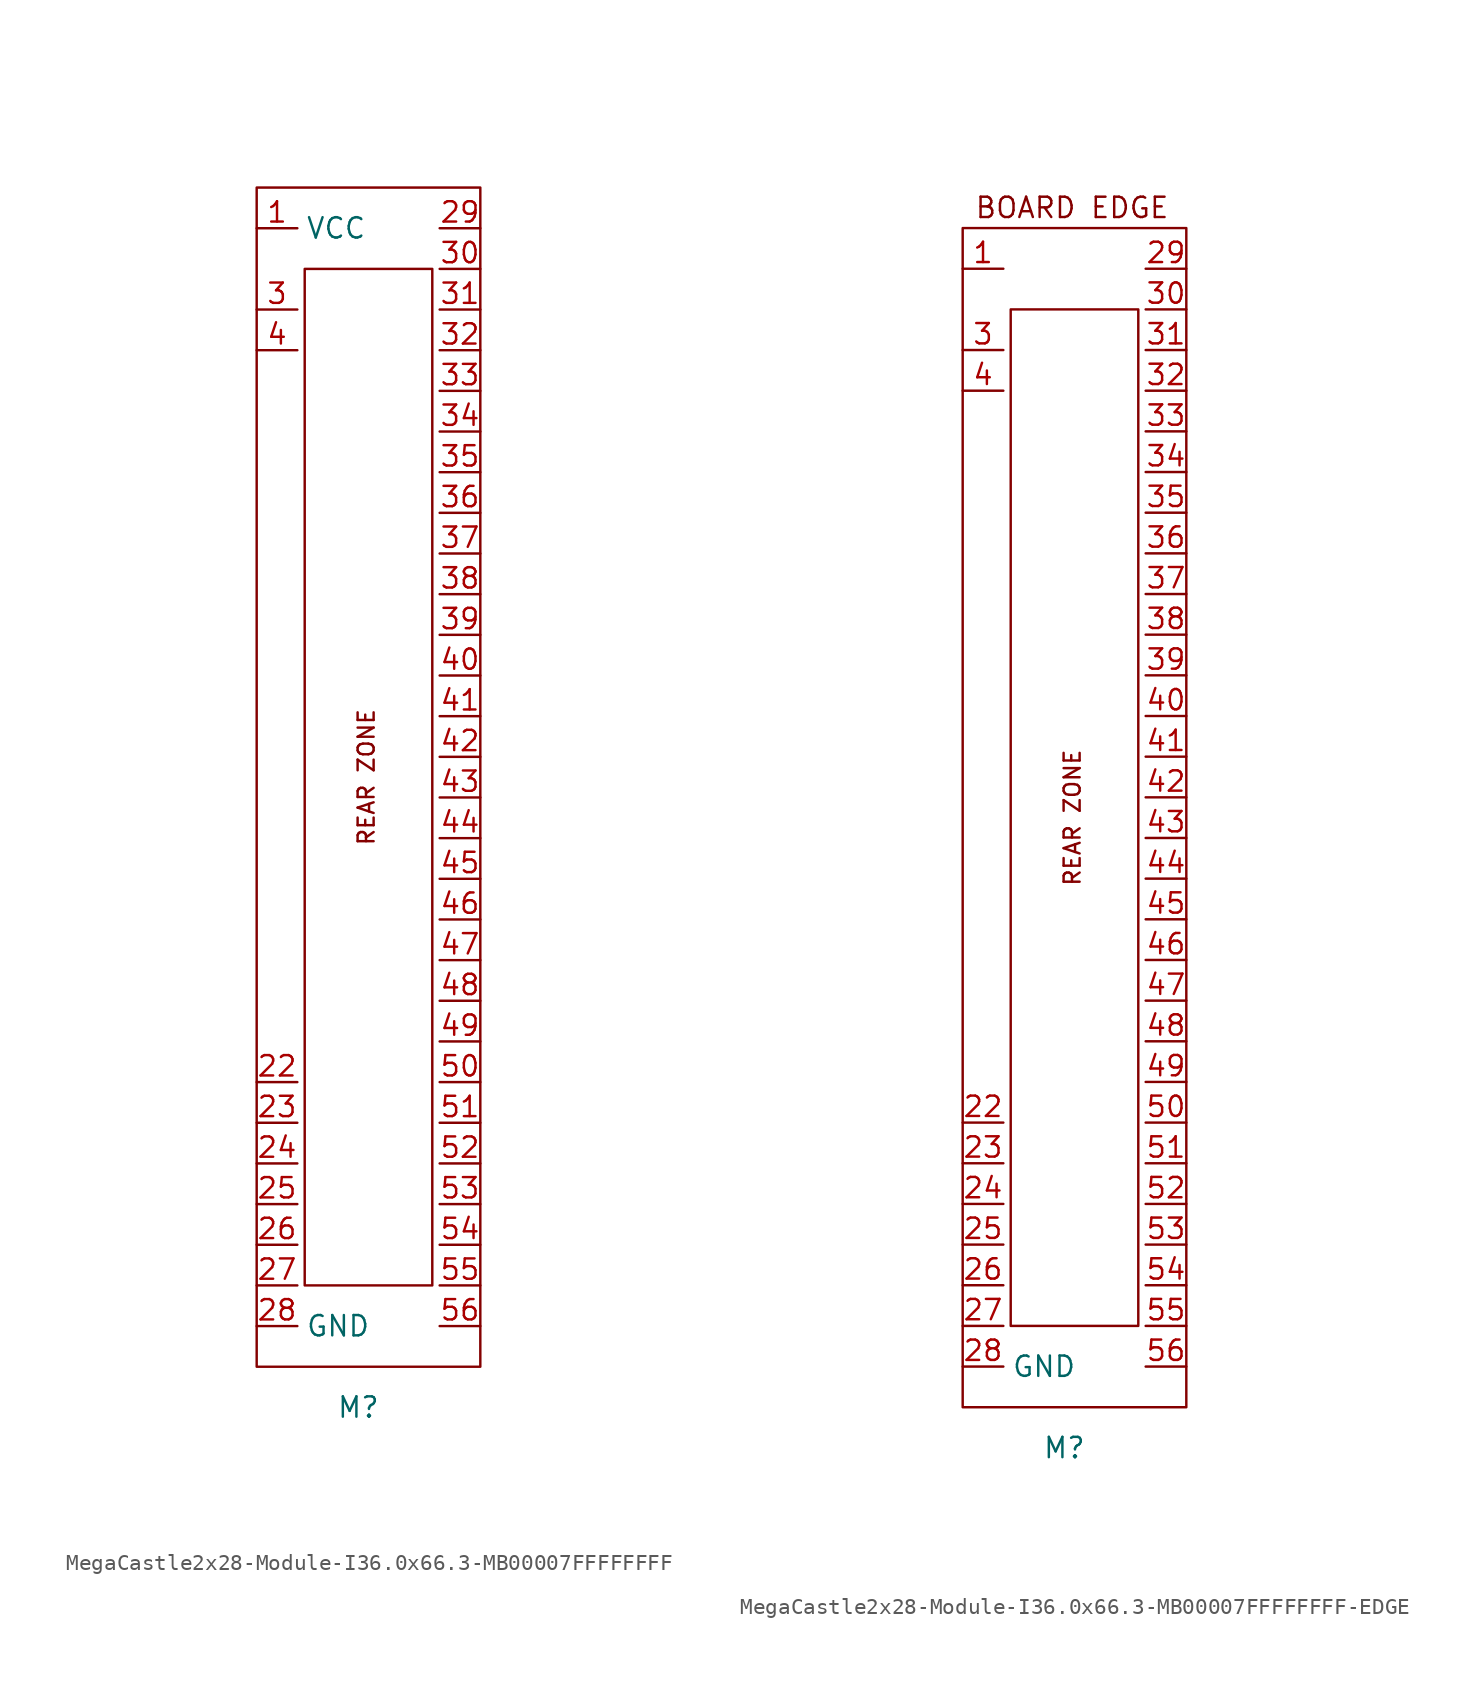
<source format=kicad_sym>
(kicad_symbol_lib
  (version 20231120)
  (generator "kicad_symbol_editor")
  (generator_version "8.0")
  (symbol "MegaCastle2x28-Module-I36.0x66.3-MB00007FFFFFFFF"
    (property "Reference" "M"
      (at 0 -39.37 0)
      (effects (font (size 1.27 1.27))))
    (property "Value" ""
      (at 0 5.08 0)
      (effects (font (size 1.27 1.27))))
    (symbol "MegaCastle2x28-Module-I36.0x66.3-MB00007FFFFFFFF_0_1"
      (rectangle (start -6.35 36.83) (end 7.62 -36.83) (stroke (width 0) (type default)) (fill (type none)))
      (rectangle (start -3.35 31.75) (end 4.62 -31.75) (stroke (width 0) (type default)) (fill (type none))))
    (symbol "MegaCastle2x28-Module-I36.0x66.3-MB00007FFFFFFFF_1_1"
      (text "REAR ZONE" (at 0.5 0 900) (effects (font (size 1 1))))
      (pin bidirectional line (at -6.35 34.29 0) (length 2.54) (name "VCC" (effects (font (size 1.27 1.27)))) (number "1" (effects (font (size 1.27 1.27)))))
      (pin bidirectional line (at -6.35 -19.05 0) (length 2.54) (name "" (effects (font (size 1.27 1.27)))) (number "22" (effects (font (size 1.27 1.27)))))
      (pin bidirectional line (at -6.35 -21.59 0) (length 2.54) (name "" (effects (font (size 1.27 1.27)))) (number "23" (effects (font (size 1.27 1.27)))))
      (pin bidirectional line (at -6.35 -24.13 0) (length 2.54) (name "" (effects (font (size 1.27 1.27)))) (number "24" (effects (font (size 1.27 1.27)))))
      (pin bidirectional line (at -6.35 -26.67 0) (length 2.54) (name "" (effects (font (size 1.27 1.27)))) (number "25" (effects (font (size 1.27 1.27)))))
      (pin bidirectional line (at -6.35 -29.21 0) (length 2.54) (name "" (effects (font (size 1.27 1.27)))) (number "26" (effects (font (size 1.27 1.27)))))
      (pin bidirectional line (at -6.35 -31.75 0) (length 2.54) (name "" (effects (font (size 1.27 1.27)))) (number "27" (effects (font (size 1.27 1.27)))))
      (pin bidirectional line (at -6.35 -34.29 0) (length 2.54) (name "GND" (effects (font (size 1.27 1.27)))) (number "28" (effects (font (size 1.27 1.27)))))
      (pin bidirectional line (at 7.62 34.29 180) (length 2.54) (name "" (effects (font (size 1.27 1.27)))) (number "29" (effects (font (size 1.27 1.27)))))
      (pin bidirectional line (at -6.35 29.21 0) (length 2.54) (name "" (effects (font (size 1.27 1.27)))) (number "3" (effects (font (size 1.27 1.27)))))
      (pin bidirectional line (at 7.62 31.75 180) (length 2.54) (name "" (effects (font (size 1.27 1.27)))) (number "30" (effects (font (size 1.27 1.27)))))
      (pin bidirectional line (at 7.62 29.21 180) (length 2.54) (name "" (effects (font (size 1.27 1.27)))) (number "31" (effects (font (size 1.27 1.27)))))
      (pin bidirectional line (at 7.62 26.67 180) (length 2.54) (name "" (effects (font (size 1.27 1.27)))) (number "32" (effects (font (size 1.27 1.27)))))
      (pin bidirectional line (at 7.62 24.13 180) (length 2.54) (name "" (effects (font (size 1.27 1.27)))) (number "33" (effects (font (size 1.27 1.27)))))
      (pin bidirectional line (at 7.62 21.59 180) (length 2.54) (name "" (effects (font (size 1.27 1.27)))) (number "34" (effects (font (size 1.27 1.27)))))
      (pin bidirectional line (at 7.62 19.05 180) (length 2.54) (name "" (effects (font (size 1.27 1.27)))) (number "35" (effects (font (size 1.27 1.27)))))
      (pin bidirectional line (at 7.62 16.51 180) (length 2.54) (name "" (effects (font (size 1.27 1.27)))) (number "36" (effects (font (size 1.27 1.27)))))
      (pin bidirectional line (at 7.62 13.97 180) (length 2.54) (name "" (effects (font (size 1.27 1.27)))) (number "37" (effects (font (size 1.27 1.27)))))
      (pin bidirectional line (at 7.62 11.43 180) (length 2.54) (name "" (effects (font (size 1.27 1.27)))) (number "38" (effects (font (size 1.27 1.27)))))
      (pin bidirectional line (at 7.62 8.89 180) (length 2.54) (name "" (effects (font (size 1.27 1.27)))) (number "39" (effects (font (size 1.27 1.27)))))
      (pin bidirectional line (at -6.35 26.67 0) (length 2.54) (name "" (effects (font (size 1.27 1.27)))) (number "4" (effects (font (size 1.27 1.27)))))
      (pin bidirectional line (at 7.62 6.35 180) (length 2.54) (name "" (effects (font (size 1.27 1.27)))) (number "40" (effects (font (size 1.27 1.27)))))
      (pin bidirectional line (at 7.62 3.81 180) (length 2.54) (name "" (effects (font (size 1.27 1.27)))) (number "41" (effects (font (size 1.27 1.27)))))
      (pin bidirectional line (at 7.62 1.27 180) (length 2.54) (name "" (effects (font (size 1.27 1.27)))) (number "42" (effects (font (size 1.27 1.27)))))
      (pin bidirectional line (at 7.62 -1.27 180) (length 2.54) (name "" (effects (font (size 1.27 1.27)))) (number "43" (effects (font (size 1.27 1.27)))))
      (pin bidirectional line (at 7.62 -3.81 180) (length 2.54) (name "" (effects (font (size 1.27 1.27)))) (number "44" (effects (font (size 1.27 1.27)))))
      (pin bidirectional line (at 7.62 -6.35 180) (length 2.54) (name "" (effects (font (size 1.27 1.27)))) (number "45" (effects (font (size 1.27 1.27)))))
      (pin bidirectional line (at 7.62 -8.89 180) (length 2.54) (name "" (effects (font (size 1.27 1.27)))) (number "46" (effects (font (size 1.27 1.27)))))
      (pin bidirectional line (at 7.62 -11.43 180) (length 2.54) (name "" (effects (font (size 1.27 1.27)))) (number "47" (effects (font (size 1.27 1.27)))))
      (pin bidirectional line (at 7.62 -13.97 180) (length 2.54) (name "" (effects (font (size 1.27 1.27)))) (number "48" (effects (font (size 1.27 1.27)))))
      (pin bidirectional line (at 7.62 -16.51 180) (length 2.54) (name "" (effects (font (size 1.27 1.27)))) (number "49" (effects (font (size 1.27 1.27)))))
      (pin bidirectional line (at 7.62 -19.05 180) (length 2.54) (name "" (effects (font (size 1.27 1.27)))) (number "50" (effects (font (size 1.27 1.27)))))
      (pin bidirectional line (at 7.62 -21.59 180) (length 2.54) (name "" (effects (font (size 1.27 1.27)))) (number "51" (effects (font (size 1.27 1.27)))))
      (pin bidirectional line (at 7.62 -24.13 180) (length 2.54) (name "" (effects (font (size 1.27 1.27)))) (number "52" (effects (font (size 1.27 1.27)))))
      (pin bidirectional line (at 7.62 -26.67 180) (length 2.54) (name "" (effects (font (size 1.27 1.27)))) (number "53" (effects (font (size 1.27 1.27)))))
      (pin bidirectional line (at 7.62 -29.21 180) (length 2.54) (name "" (effects (font (size 1.27 1.27)))) (number "54" (effects (font (size 1.27 1.27)))))
      (pin bidirectional line (at 7.62 -31.75 180) (length 2.54) (name "" (effects (font (size 1.27 1.27)))) (number "55" (effects (font (size 1.27 1.27)))))
      (pin bidirectional line (at 7.62 -34.29 180) (length 2.54) (name "" (effects (font (size 1.27 1.27)))) (number "56" (effects (font (size 1.27 1.27)))))))
  (symbol "MegaCastle2x28-Module-I36.0x66.3-MB00007FFFFFFFF-EDGE"
    (property "Reference" "M"
      (at 0 -39.37 0)
      (effects (font (size 1.27 1.27))))
    (property "Value" ""
      (at 0 5.08 0)
      (effects (font (size 1.27 1.27))))
    (symbol "MegaCastle2x28-Module-I36.0x66.3-MB00007FFFFFFFF-EDGE_0_1"
      (rectangle (start -6.35 36.83) (end 7.62 -36.83) (stroke (width 0) (type default)) (fill (type none)))
      (rectangle (start -3.35 31.75) (end 4.62 -31.75) (stroke (width 0) (type default)) (fill (type none))))
    (symbol "MegaCastle2x28-Module-I36.0x66.3-MB00007FFFFFFFF-EDGE_1_1"
      (text " BOARD EDGE" (at 0 38.1 0) (effects (font (size 1.27 1.27))))
      (text "REAR ZONE" (at 0.5 0 900) (effects (font (size 1 1))))
      (pin bidirectional line (at -6.35 34.29 0) (length 2.54) (name "" (effects (font (size 1.27 1.27)))) (number "1" (effects (font (size 1.27 1.27)))))
      (pin bidirectional line (at -6.35 -19.05 0) (length 2.54) (name "" (effects (font (size 1.27 1.27)))) (number "22" (effects (font (size 1.27 1.27)))))
      (pin bidirectional line (at -6.35 -21.59 0) (length 2.54) (name "" (effects (font (size 1.27 1.27)))) (number "23" (effects (font (size 1.27 1.27)))))
      (pin bidirectional line (at -6.35 -24.13 0) (length 2.54) (name "" (effects (font (size 1.27 1.27)))) (number "24" (effects (font (size 1.27 1.27)))))
      (pin bidirectional line (at -6.35 -26.67 0) (length 2.54) (name "" (effects (font (size 1.27 1.27)))) (number "25" (effects (font (size 1.27 1.27)))))
      (pin bidirectional line (at -6.35 -29.21 0) (length 2.54) (name "" (effects (font (size 1.27 1.27)))) (number "26" (effects (font (size 1.27 1.27)))))
      (pin bidirectional line (at -6.35 -31.75 0) (length 2.54) (name "" (effects (font (size 1.27 1.27)))) (number "27" (effects (font (size 1.27 1.27)))))
      (pin bidirectional line (at -6.35 -34.29 0) (length 2.54) (name "GND" (effects (font (size 1.27 1.27)))) (number "28" (effects (font (size 1.27 1.27)))))
      (pin bidirectional line (at 7.62 34.29 180) (length 2.54) (name "" (effects (font (size 1.27 1.27)))) (number "29" (effects (font (size 1.27 1.27)))))
      (pin bidirectional line (at -6.35 29.21 0) (length 2.54) (name "" (effects (font (size 1.27 1.27)))) (number "3" (effects (font (size 1.27 1.27)))))
      (pin bidirectional line (at 7.62 31.75 180) (length 2.54) (name "" (effects (font (size 1.27 1.27)))) (number "30" (effects (font (size 1.27 1.27)))))
      (pin bidirectional line (at 7.62 29.21 180) (length 2.54) (name "" (effects (font (size 1.27 1.27)))) (number "31" (effects (font (size 1.27 1.27)))))
      (pin bidirectional line (at 7.62 26.67 180) (length 2.54) (name "" (effects (font (size 1.27 1.27)))) (number "32" (effects (font (size 1.27 1.27)))))
      (pin bidirectional line (at 7.62 24.13 180) (length 2.54) (name "" (effects (font (size 1.27 1.27)))) (number "33" (effects (font (size 1.27 1.27)))))
      (pin bidirectional line (at 7.62 21.59 180) (length 2.54) (name "" (effects (font (size 1.27 1.27)))) (number "34" (effects (font (size 1.27 1.27)))))
      (pin bidirectional line (at 7.62 19.05 180) (length 2.54) (name "" (effects (font (size 1.27 1.27)))) (number "35" (effects (font (size 1.27 1.27)))))
      (pin bidirectional line (at 7.62 16.51 180) (length 2.54) (name "" (effects (font (size 1.27 1.27)))) (number "36" (effects (font (size 1.27 1.27)))))
      (pin bidirectional line (at 7.62 13.97 180) (length 2.54) (name "" (effects (font (size 1.27 1.27)))) (number "37" (effects (font (size 1.27 1.27)))))
      (pin bidirectional line (at 7.62 11.43 180) (length 2.54) (name "" (effects (font (size 1.27 1.27)))) (number "38" (effects (font (size 1.27 1.27)))))
      (pin bidirectional line (at 7.62 8.89 180) (length 2.54) (name "" (effects (font (size 1.27 1.27)))) (number "39" (effects (font (size 1.27 1.27)))))
      (pin bidirectional line (at -6.35 26.67 0) (length 2.54) (name "" (effects (font (size 1.27 1.27)))) (number "4" (effects (font (size 1.27 1.27)))))
      (pin bidirectional line (at 7.62 6.35 180) (length 2.54) (name "" (effects (font (size 1.27 1.27)))) (number "40" (effects (font (size 1.27 1.27)))))
      (pin bidirectional line (at 7.62 3.81 180) (length 2.54) (name "" (effects (font (size 1.27 1.27)))) (number "41" (effects (font (size 1.27 1.27)))))
      (pin bidirectional line (at 7.62 1.27 180) (length 2.54) (name "" (effects (font (size 1.27 1.27)))) (number "42" (effects (font (size 1.27 1.27)))))
      (pin bidirectional line (at 7.62 -1.27 180) (length 2.54) (name "" (effects (font (size 1.27 1.27)))) (number "43" (effects (font (size 1.27 1.27)))))
      (pin bidirectional line (at 7.62 -3.81 180) (length 2.54) (name "" (effects (font (size 1.27 1.27)))) (number "44" (effects (font (size 1.27 1.27)))))
      (pin bidirectional line (at 7.62 -6.35 180) (length 2.54) (name "" (effects (font (size 1.27 1.27)))) (number "45" (effects (font (size 1.27 1.27)))))
      (pin bidirectional line (at 7.62 -8.89 180) (length 2.54) (name "" (effects (font (size 1.27 1.27)))) (number "46" (effects (font (size 1.27 1.27)))))
      (pin bidirectional line (at 7.62 -11.43 180) (length 2.54) (name "" (effects (font (size 1.27 1.27)))) (number "47" (effects (font (size 1.27 1.27)))))
      (pin bidirectional line (at 7.62 -13.97 180) (length 2.54) (name "" (effects (font (size 1.27 1.27)))) (number "48" (effects (font (size 1.27 1.27)))))
      (pin bidirectional line (at 7.62 -16.51 180) (length 2.54) (name "" (effects (font (size 1.27 1.27)))) (number "49" (effects (font (size 1.27 1.27)))))
      (pin bidirectional line (at 7.62 -19.05 180) (length 2.54) (name "" (effects (font (size 1.27 1.27)))) (number "50" (effects (font (size 1.27 1.27)))))
      (pin bidirectional line (at 7.62 -21.59 180) (length 2.54) (name "" (effects (font (size 1.27 1.27)))) (number "51" (effects (font (size 1.27 1.27)))))
      (pin bidirectional line (at 7.62 -24.13 180) (length 2.54) (name "" (effects (font (size 1.27 1.27)))) (number "52" (effects (font (size 1.27 1.27)))))
      (pin bidirectional line (at 7.62 -26.67 180) (length 2.54) (name "" (effects (font (size 1.27 1.27)))) (number "53" (effects (font (size 1.27 1.27)))))
      (pin bidirectional line (at 7.62 -29.21 180) (length 2.54) (name "" (effects (font (size 1.27 1.27)))) (number "54" (effects (font (size 1.27 1.27)))))
      (pin bidirectional line (at 7.62 -31.75 180) (length 2.54) (name "" (effects (font (size 1.27 1.27)))) (number "55" (effects (font (size 1.27 1.27)))))
      (pin bidirectional line (at 7.62 -34.29 180) (length 2.54) (name "" (effects (font (size 1.27 1.27)))) (number "56" (effects (font (size 1.27 1.27))))))))
</source>
